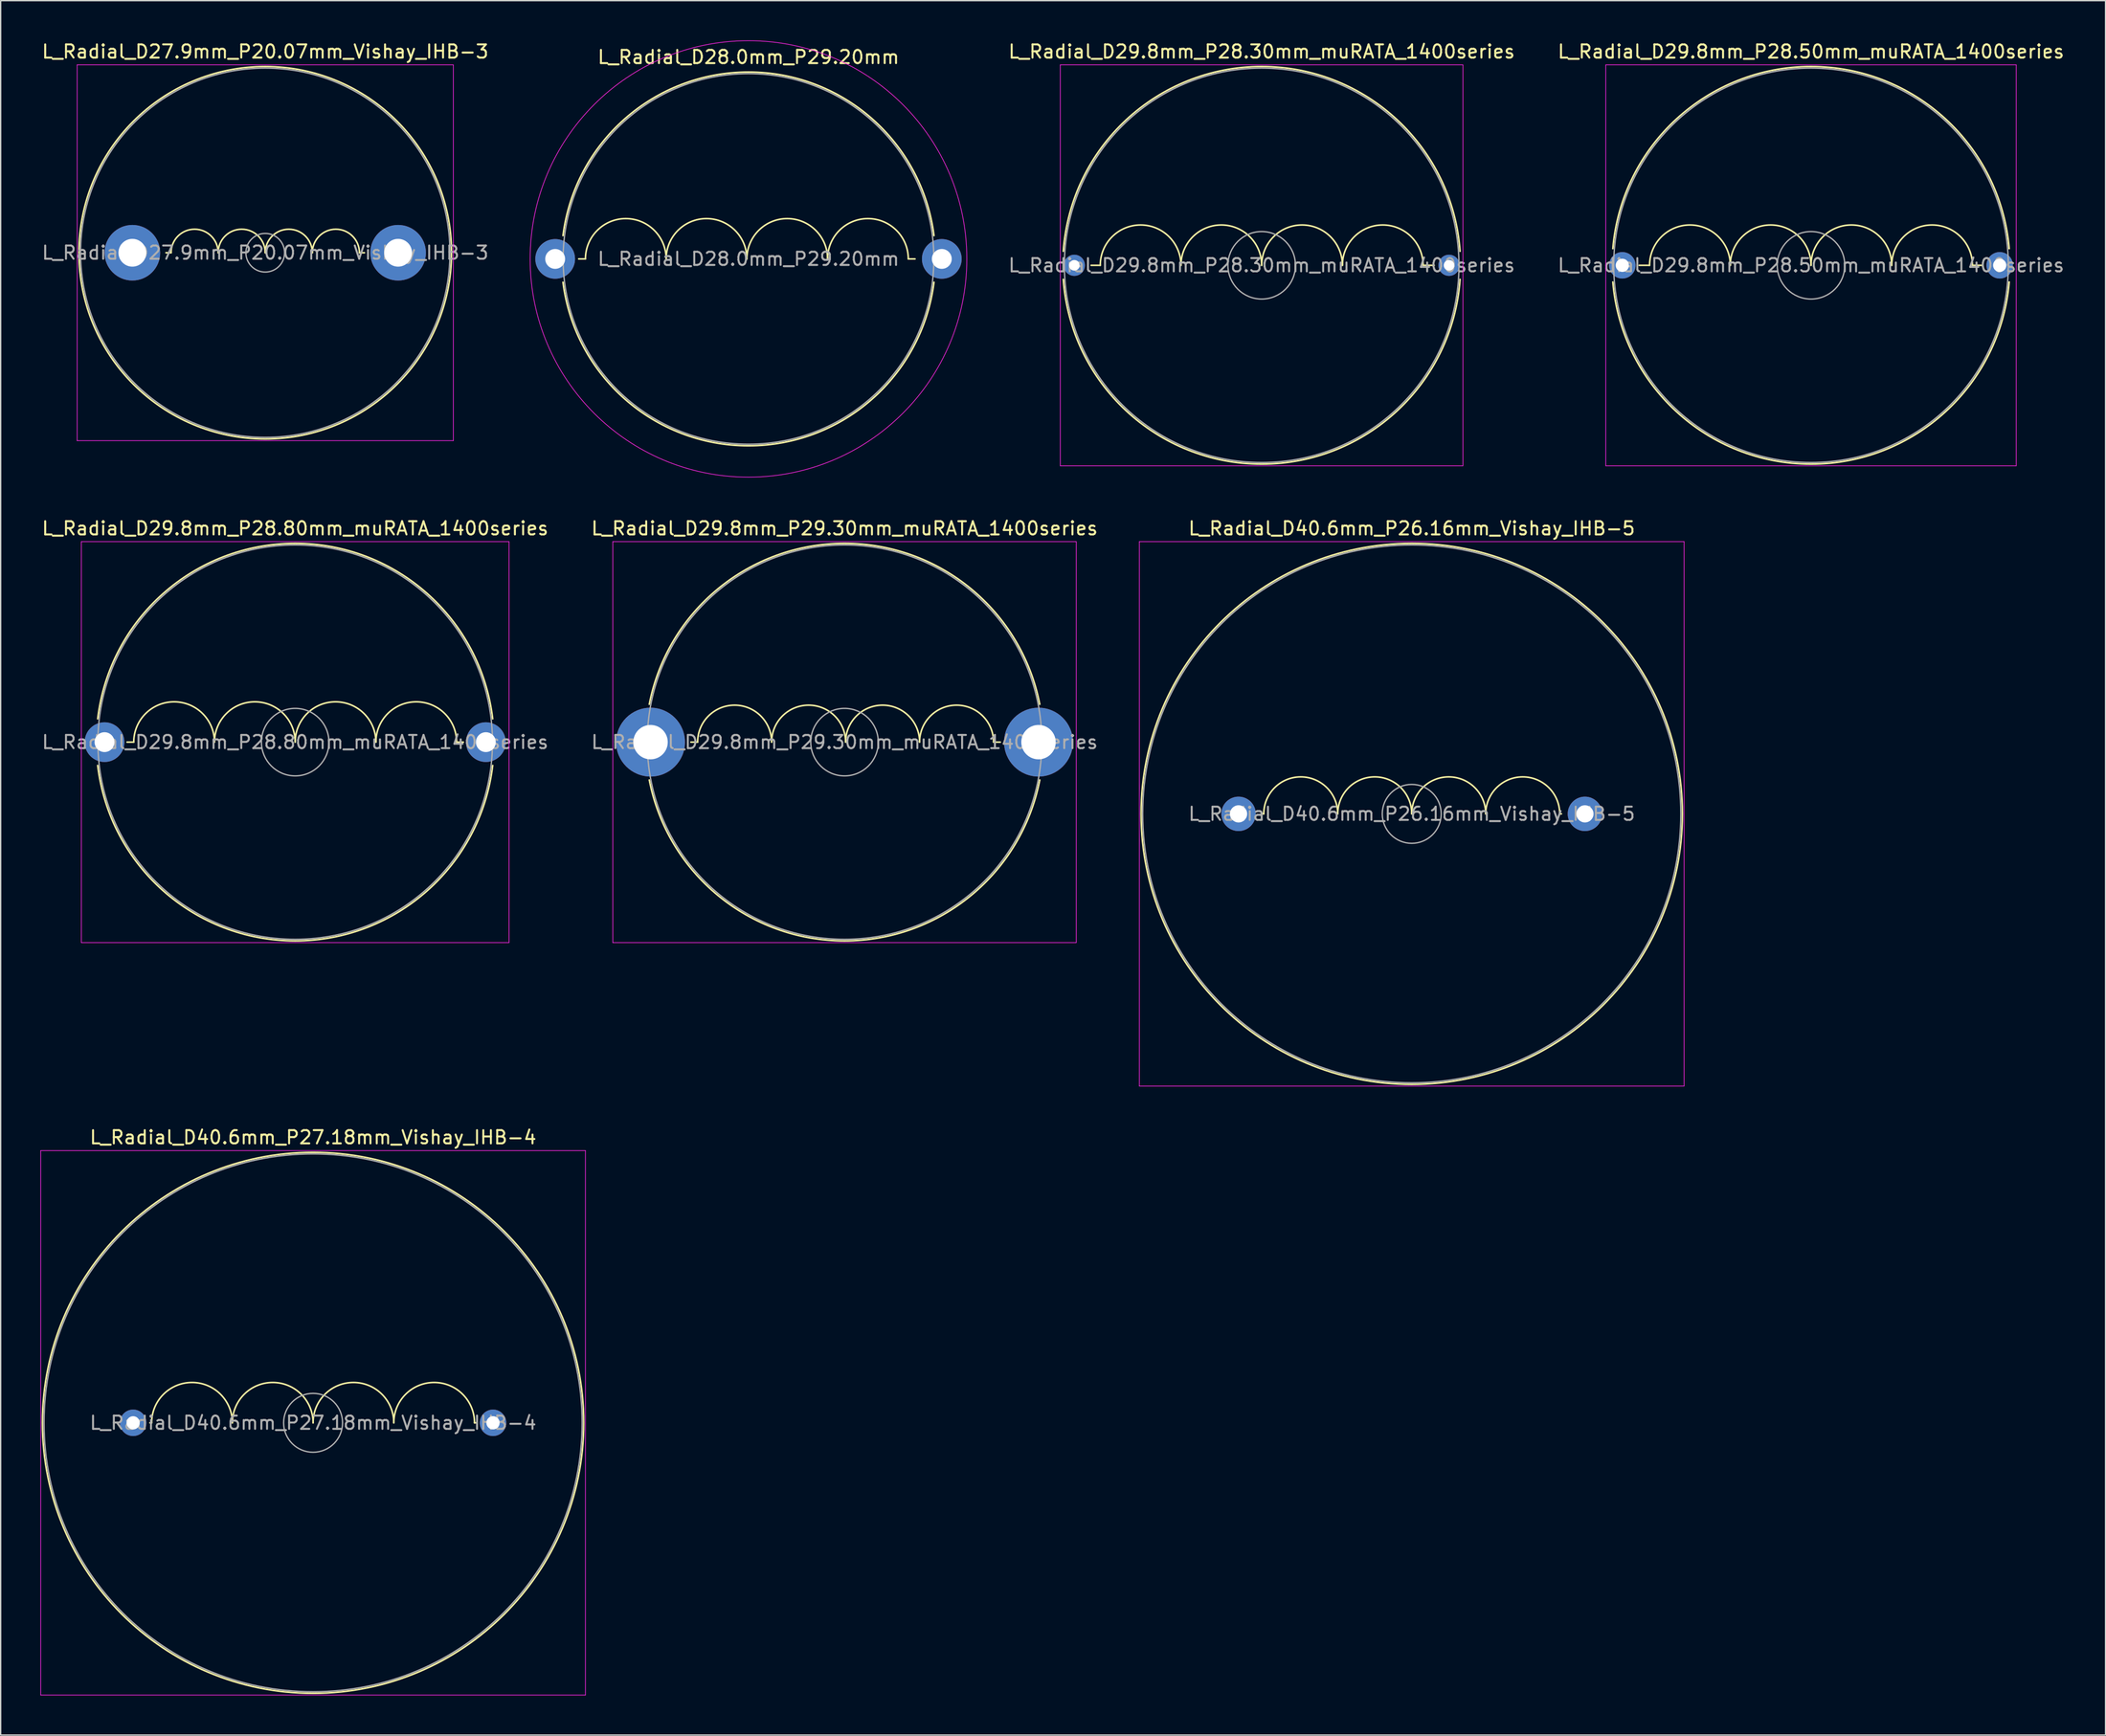
<source format=kicad_pcb>
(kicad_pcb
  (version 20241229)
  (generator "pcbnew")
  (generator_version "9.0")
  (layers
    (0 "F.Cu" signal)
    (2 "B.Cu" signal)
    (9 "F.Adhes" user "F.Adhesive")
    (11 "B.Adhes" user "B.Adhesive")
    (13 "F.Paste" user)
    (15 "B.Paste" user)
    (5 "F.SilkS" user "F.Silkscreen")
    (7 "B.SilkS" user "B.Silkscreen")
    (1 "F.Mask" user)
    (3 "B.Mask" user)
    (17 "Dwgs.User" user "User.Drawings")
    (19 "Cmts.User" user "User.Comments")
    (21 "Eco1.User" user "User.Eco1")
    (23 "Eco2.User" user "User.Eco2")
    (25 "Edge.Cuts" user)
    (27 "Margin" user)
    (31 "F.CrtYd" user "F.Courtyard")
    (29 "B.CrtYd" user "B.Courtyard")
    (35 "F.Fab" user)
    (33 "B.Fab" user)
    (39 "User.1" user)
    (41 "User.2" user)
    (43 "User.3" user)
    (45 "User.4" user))
  (footprint "L_Radial_D40.6mm_P26.16mm_Vishay_IHB-5"
    (layer "F.Cu")
    (at 90.491 58.448)
    (property "Reference" "L_Radial_D40.6mm_P26.16mm_Vishay_IHB-5" (at 13.08 -21.57 0) (layer "F.SilkS") (effects (font (size 1 1) (thickness 0.15))))
    (attr through_hole)
    (fp_line (start 1.904 0) (end 1.778 0) (stroke (width 0.12) (type solid)) (layer "F.SilkS"))
    (fp_line (start 24.256 0) (end 24.384 0) (stroke (width 0.12) (type solid)) (layer "F.SilkS"))
    (fp_arc (start 1.904 0) (mid 4.698 -2.794) (end 7.492 0) (stroke (width 0.12) (type solid)) (layer "F.SilkS"))
    (fp_arc (start 7.492 0) (mid 10.286 -2.794) (end 13.08 0) (stroke (width 0.12) (type solid)) (layer "F.SilkS"))
    (fp_arc (start 13.08 0) (mid 15.874 -2.794) (end 18.668 0) (stroke (width 0.12) (type solid)) (layer "F.SilkS"))
    (fp_arc (start 18.668 0) (mid 21.462 -2.794) (end 24.256 0) (stroke (width 0.12) (type solid)) (layer "F.SilkS"))
    (fp_circle (center 13.08 0) (end 33.52 0) (stroke (width 0.12) (type solid)) (fill no) (layer "F.SilkS"))
    (fp_line (start -7.49 -20.57) (end -7.49 20.57) (stroke (width 0.05) (type solid)) (layer "F.CrtYd"))
    (fp_line (start -7.49 20.57) (end 33.65 20.57) (stroke (width 0.05) (type solid)) (layer "F.CrtYd"))
    (fp_line (start 33.65 -20.57) (end -7.49 -20.57) (stroke (width 0.05) (type solid)) (layer "F.CrtYd"))
    (fp_line (start 33.65 20.57) (end 33.65 -20.57) (stroke (width 0.05) (type solid)) (layer "F.CrtYd"))
    (fp_circle (center 13.08 0) (end 15.305 0) (stroke (width 0.1) (type solid)) (fill no) (layer "F.Fab"))
    (fp_circle (center 13.08 0) (end 33.4 0) (stroke (width 0.1) (type solid)) (fill no) (layer "F.Fab"))
    (fp_text user "${REFERENCE}" (at 13.08 0 0) (layer "F.Fab") (effects (font (size 1 1) (thickness 0.15))))
    (pad "1" thru_hole circle (at 0 0) (size 2.6 2.6) (drill 1.3) (layers "*.Cu" "*.Mask"))
    (pad "2" thru_hole circle (at 26.16 0) (size 2.6 2.6) (drill 1.3) (layers "*.Cu" "*.Mask")))
  (footprint "L_Radial_D27.9mm_P20.07mm_Vishay_IHB-3"
    (layer "F.Cu")
    (at 6.947 16.048)
    (property "Reference" "L_Radial_D27.9mm_P20.07mm_Vishay_IHB-3" (at 10.035 -15.2 0) (layer "F.SilkS") (effects (font (size 1 1) (thickness 0.15))))
    (attr through_hole)
    (fp_line (start 2.923 0) (end 2.54 0) (stroke (width 0.12) (type solid)) (layer "F.SilkS"))
    (fp_line (start 17.147 0) (end 17.526 0) (stroke (width 0.12) (type solid)) (layer "F.SilkS"))
    (fp_arc (start 2.923 0) (mid 4.701 -1.778) (end 6.479 0) (stroke (width 0.12) (type solid)) (layer "F.SilkS"))
    (fp_arc (start 6.479 0) (mid 8.257 -1.778) (end 10.035 0) (stroke (width 0.12) (type solid)) (layer "F.SilkS"))
    (fp_arc (start 10.036 0) (mid 11.813 -1.777) (end 13.59 0) (stroke (width 0.12) (type solid)) (layer "F.SilkS"))
    (fp_arc (start 13.591 0) (mid 15.369 -1.778) (end 17.147 0) (stroke (width 0.12) (type solid)) (layer "F.SilkS"))
    (fp_circle (center 10.035 0) (end 24.105 0) (stroke (width 0.12) (type solid)) (fill no) (layer "F.SilkS"))
    (fp_line (start -4.17 -14.2) (end -4.17 14.2) (stroke (width 0.05) (type solid)) (layer "F.CrtYd"))
    (fp_line (start -4.17 14.2) (end 24.24 14.2) (stroke (width 0.05) (type solid)) (layer "F.CrtYd"))
    (fp_line (start 24.24 -14.2) (end -4.17 -14.2) (stroke (width 0.05) (type solid)) (layer "F.CrtYd"))
    (fp_line (start 24.24 14.2) (end 24.24 -14.2) (stroke (width 0.05) (type solid)) (layer "F.CrtYd"))
    (fp_circle (center 10.035 0) (end 11.495 0) (stroke (width 0.1) (type solid)) (fill no) (layer "F.Fab"))
    (fp_circle (center 10.035 0) (end 23.985 0) (stroke (width 0.1) (type solid)) (fill no) (layer "F.Fab"))
    (fp_text user "${REFERENCE}" (at 10.035 0 0) (layer "F.Fab") (effects (font (size 1 1) (thickness 0.15))))
    (pad "1" thru_hole circle (at 0 0) (size 4.2 4.2) (drill 2.1) (layers "*.Cu" "*.Mask"))
    (pad "2" thru_hole circle (at 20.07 0) (size 4.2 4.2) (drill 2.1) (layers "*.Cu" "*.Mask")))
  (footprint "L_Radial_D40.6mm_P27.18mm_Vishay_IHB-4"
    (layer "F.Cu")
    (at 7.005 104.462)
    (property "Reference" "L_Radial_D40.6mm_P27.18mm_Vishay_IHB-4" (at 13.59 -21.57 0) (layer "F.SilkS") (effects (font (size 1 1) (thickness 0.15))))
    (attr through_hole)
    (fp_line (start 1.398 0) (end 1.27 0) (stroke (width 0.12) (type solid)) (layer "F.SilkS"))
    (fp_line (start 25.782 0) (end 25.908 0) (stroke (width 0.12) (type solid)) (layer "F.SilkS"))
    (fp_arc (start 1.398 0) (mid 4.446 -3.048) (end 7.494 0) (stroke (width 0.12) (type solid)) (layer "F.SilkS"))
    (fp_arc (start 7.494 0) (mid 10.542 -3.048) (end 13.59 0) (stroke (width 0.12) (type solid)) (layer "F.SilkS"))
    (fp_arc (start 13.59 0) (mid 16.638 -3.048) (end 19.686 0) (stroke (width 0.12) (type solid)) (layer "F.SilkS"))
    (fp_arc (start 19.686 0) (mid 22.734 -3.048) (end 25.782 0) (stroke (width 0.12) (type solid)) (layer "F.SilkS"))
    (fp_circle (center 13.59 0) (end 34.03 0) (stroke (width 0.12) (type solid)) (fill no) (layer "F.SilkS"))
    (fp_line (start -6.98 -20.57) (end -6.98 20.57) (stroke (width 0.05) (type solid)) (layer "F.CrtYd"))
    (fp_line (start -6.98 20.57) (end 34.16 20.57) (stroke (width 0.05) (type solid)) (layer "F.CrtYd"))
    (fp_line (start 34.16 -20.57) (end -6.98 -20.57) (stroke (width 0.05) (type solid)) (layer "F.CrtYd"))
    (fp_line (start 34.16 20.57) (end 34.16 -20.57) (stroke (width 0.05) (type solid)) (layer "F.CrtYd"))
    (fp_circle (center 13.59 0) (end 15.815 0) (stroke (width 0.1) (type solid)) (fill no) (layer "F.Fab"))
    (fp_circle (center 13.59 0) (end 33.91 0) (stroke (width 0.1) (type solid)) (fill no) (layer "F.Fab"))
    (fp_text user "${REFERENCE}" (at 13.59 0 0) (layer "F.Fab") (effects (font (size 1 1) (thickness 0.15))))
    (pad "1" thru_hole circle (at 0 0) (size 2 2) (drill 1) (layers "*.Cu" "*.Mask"))
    (pad "2" thru_hole circle (at 27.18 0) (size 2 2) (drill 1) (layers "*.Cu" "*.Mask")))
  (footprint "L_Radial_D28.0mm_P29.20mm"
    (layer "F.Cu")
    (at 38.879 16.515)
    (property "Reference" "L_Radial_D28.0mm_P29.20mm" (at 14.6 -15.25 0) (layer "F.SilkS") (effects (font (size 1 1) (thickness 0.15))))
    (attr through_hole)
    (fp_line (start 2.286 0) (end 1.778 0) (stroke (width 0.12) (type solid)) (layer "F.SilkS"))
    (fp_line (start 26.67 0) (end 27.178 0) (stroke (width 0.12) (type solid)) (layer "F.SilkS"))
    (fp_arc (start 0.590118 -1.76) (mid 14.6 -14.12) (end 28.609882 -1.76) (stroke (width 0.12) (type solid)) (layer "F.SilkS"))
    (fp_arc (start 2.286 0) (mid 5.334 -3.048) (end 8.382 0) (stroke (width 0.12) (type solid)) (layer "F.SilkS"))
    (fp_arc (start 8.382 0) (mid 11.43 -3.048) (end 14.478 0) (stroke (width 0.12) (type solid)) (layer "F.SilkS"))
    (fp_arc (start 14.478 0) (mid 17.526 -3.048) (end 20.574 0) (stroke (width 0.12) (type solid)) (layer "F.SilkS"))
    (fp_arc (start 20.574 0) (mid 23.622 -3.048) (end 26.67 0) (stroke (width 0.12) (type solid)) (layer "F.SilkS"))
    (fp_arc (start 28.609882 1.76) (mid 14.6 14.12) (end 0.590118 1.76) (stroke (width 0.12) (type solid)) (layer "F.SilkS"))
    (fp_circle (center 14.6 0) (end 31.09 0) (stroke (width 0.05) (type solid)) (fill no) (layer "F.CrtYd"))
    (fp_circle (center 14.6 0) (end 28.6 0) (stroke (width 0.1) (type solid)) (fill no) (layer "F.Fab"))
    (fp_text user "${REFERENCE}" (at 14.6 0 0) (layer "F.Fab") (effects (font (size 1 1) (thickness 0.15))))
    (pad "1" thru_hole circle (at 0 0) (size 3 3) (drill 1.5) (layers "*.Cu" "*.Mask"))
    (pad "2" thru_hole circle (at 29.2 0) (size 3 3) (drill 1.5) (layers "*.Cu" "*.Mask")))
  (footprint "L_Radial_D29.8mm_P28.50mm_muRATA_1400series"
    (layer "F.Cu")
    (at 119.476 16.998)
    (property "Reference" "L_Radial_D29.8mm_P28.50mm_muRATA_1400series" (at 14.25 -16.15 0) (layer "F.SilkS") (effects (font (size 1 1) (thickness 0.15))))
    (attr through_hole)
    (fp_line (start 2.058 0) (end 1.27 0) (stroke (width 0.12) (type solid)) (layer "F.SilkS"))
    (fp_line (start 26.442 0) (end 27.178 0) (stroke (width 0.12) (type solid)) (layer "F.SilkS"))
    (fp_arc (start -0.717057 -1.26) (mid 14.25 -15.02) (end 29.217057 -1.26) (stroke (width 0.12) (type solid)) (layer "F.SilkS"))
    (fp_arc (start 2.058 0) (mid 5.106 -3.048) (end 8.154 0) (stroke (width 0.12) (type solid)) (layer "F.SilkS"))
    (fp_arc (start 8.154 0) (mid 11.202 -3.048) (end 14.25 0) (stroke (width 0.12) (type solid)) (layer "F.SilkS"))
    (fp_arc (start 14.25 0) (mid 17.298 -3.048) (end 20.346 0) (stroke (width 0.12) (type solid)) (layer "F.SilkS"))
    (fp_arc (start 20.346 0) (mid 23.394 -3.048) (end 26.442 0) (stroke (width 0.12) (type solid)) (layer "F.SilkS"))
    (fp_arc (start 29.217057 1.26) (mid 14.25 15.02) (end -0.717057 1.26) (stroke (width 0.12) (type solid)) (layer "F.SilkS"))
    (fp_line (start -1.25 -15.15) (end -1.25 15.15) (stroke (width 0.05) (type solid)) (layer "F.CrtYd"))
    (fp_line (start -1.25 15.15) (end 29.75 15.15) (stroke (width 0.05) (type solid)) (layer "F.CrtYd"))
    (fp_line (start 29.75 -15.15) (end -1.25 -15.15) (stroke (width 0.05) (type solid)) (layer "F.CrtYd"))
    (fp_line (start 29.75 15.15) (end 29.75 -15.15) (stroke (width 0.05) (type solid)) (layer "F.CrtYd"))
    (fp_circle (center 14.25 0) (end 16.8 0) (stroke (width 0.1) (type solid)) (fill no) (layer "F.Fab"))
    (fp_circle (center 14.25 0) (end 29.15 0) (stroke (width 0.1) (type solid)) (fill no) (layer "F.Fab"))
    (fp_text user "${REFERENCE}" (at 14.25 0 0) (layer "F.Fab") (effects (font (size 1 1) (thickness 0.15))))
    (pad "1" thru_hole circle (at 0 0) (size 2 2) (drill 1) (layers "*.Cu" "*.Mask"))
    (pad "2" thru_hole circle (at 28.5 0) (size 2 2) (drill 1) (layers "*.Cu" "*.Mask")))
  (footprint "L_Radial_D29.8mm_P28.80mm_muRATA_1400series"
    (layer "F.Cu")
    (at 4.844 53.028)
    (property "Reference" "L_Radial_D29.8mm_P28.80mm_muRATA_1400series" (at 14.4 -16.15 0) (layer "F.SilkS") (effects (font (size 1 1) (thickness 0.15))))
    (attr through_hole)
    (fp_line (start 2.208 0) (end 1.7 0) (stroke (width 0.12) (type solid)) (layer "F.SilkS"))
    (fp_line (start 26.592 0) (end 27.1 0) (stroke (width 0.12) (type solid)) (layer "F.SilkS"))
    (fp_arc (start -0.516528 -1.76) (mid 14.4 -15.02) (end 29.316528 -1.76) (stroke (width 0.12) (type solid)) (layer "F.SilkS"))
    (fp_arc (start 2.208 0) (mid 5.256 -3.048) (end 8.304 0) (stroke (width 0.12) (type solid)) (layer "F.SilkS"))
    (fp_arc (start 8.304 0) (mid 11.352 -3.048) (end 14.4 0) (stroke (width 0.12) (type solid)) (layer "F.SilkS"))
    (fp_arc (start 14.4 0) (mid 17.448 -3.048) (end 20.496 0) (stroke (width 0.12) (type solid)) (layer "F.SilkS"))
    (fp_arc (start 20.496 0) (mid 23.544 -3.048) (end 26.592 0) (stroke (width 0.12) (type solid)) (layer "F.SilkS"))
    (fp_arc (start 29.316528 1.76) (mid 14.4 15.02) (end -0.516528 1.76) (stroke (width 0.12) (type solid)) (layer "F.SilkS"))
    (fp_line (start -1.75 -15.15) (end -1.75 15.15) (stroke (width 0.05) (type solid)) (layer "F.CrtYd"))
    (fp_line (start -1.75 15.15) (end 30.55 15.15) (stroke (width 0.05) (type solid)) (layer "F.CrtYd"))
    (fp_line (start 30.55 -15.15) (end -1.75 -15.15) (stroke (width 0.05) (type solid)) (layer "F.CrtYd"))
    (fp_line (start 30.55 15.15) (end 30.55 -15.15) (stroke (width 0.05) (type solid)) (layer "F.CrtYd"))
    (fp_circle (center 14.4 0) (end 16.95 0) (stroke (width 0.1) (type solid)) (fill no) (layer "F.Fab"))
    (fp_circle (center 14.4 0) (end 29.3 0) (stroke (width 0.1) (type solid)) (fill no) (layer "F.Fab"))
    (fp_text user "${REFERENCE}" (at 14.4 0 0) (layer "F.Fab") (effects (font (size 1 1) (thickness 0.15))))
    (pad "1" thru_hole circle (at 0 0) (size 3 3) (drill 1.5) (layers "*.Cu" "*.Mask"))
    (pad "2" thru_hole circle (at 28.8 0) (size 3 3) (drill 1.5) (layers "*.Cu" "*.Mask")))
  (footprint "L_Radial_D29.8mm_P28.30mm_muRATA_1400series"
    (layer "F.Cu")
    (at 78.088 16.998)
    (property "Reference" "L_Radial_D29.8mm_P28.30mm_muRATA_1400series" (at 14.15 -16.15 0) (layer "F.SilkS") (effects (font (size 1 1) (thickness 0.15))))
    (attr through_hole)
    (fp_line (start 1.958 0) (end 1.27 0) (stroke (width 0.12) (type solid)) (layer "F.SilkS"))
    (fp_line (start 26.342 0) (end 27.178 0) (stroke (width 0.12) (type solid)) (layer "F.SilkS"))
    (fp_arc (start -0.83255 -1.06) (mid 14.15 -15.02) (end 29.13255 -1.06) (stroke (width 0.12) (type solid)) (layer "F.SilkS"))
    (fp_arc (start 1.958 0) (mid 5.006 -3.048) (end 8.054 0) (stroke (width 0.12) (type solid)) (layer "F.SilkS"))
    (fp_arc (start 8.054 0) (mid 11.102 -3.048) (end 14.15 0) (stroke (width 0.12) (type solid)) (layer "F.SilkS"))
    (fp_arc (start 14.15 0) (mid 17.198 -3.048) (end 20.246 0) (stroke (width 0.12) (type solid)) (layer "F.SilkS"))
    (fp_arc (start 20.246 0) (mid 23.294 -3.048) (end 26.342 0) (stroke (width 0.12) (type solid)) (layer "F.SilkS"))
    (fp_arc (start 29.13255 1.06) (mid 14.15 15.02) (end -0.83255 1.06) (stroke (width 0.12) (type solid)) (layer "F.SilkS"))
    (fp_line (start -1.06 -15.15) (end -1.06 15.15) (stroke (width 0.05) (type solid)) (layer "F.CrtYd"))
    (fp_line (start -1.06 15.15) (end 29.35 15.15) (stroke (width 0.05) (type solid)) (layer "F.CrtYd"))
    (fp_line (start 29.35 -15.15) (end -1.06 -15.15) (stroke (width 0.05) (type solid)) (layer "F.CrtYd"))
    (fp_line (start 29.35 15.15) (end 29.35 -15.15) (stroke (width 0.05) (type solid)) (layer "F.CrtYd"))
    (fp_circle (center 14.15 0) (end 16.7 0) (stroke (width 0.1) (type solid)) (fill no) (layer "F.Fab"))
    (fp_circle (center 14.15 0) (end 29.05 0) (stroke (width 0.1) (type solid)) (fill no) (layer "F.Fab"))
    (fp_text user "${REFERENCE}" (at 14.15 0 0) (layer "F.Fab") (effects (font (size 1 1) (thickness 0.15))))
    (pad "1" thru_hole circle (at 0 0) (size 1.6 1.6) (drill 0.8) (layers "*.Cu" "*.Mask"))
    (pad "2" thru_hole circle (at 28.3 0) (size 1.6 1.6) (drill 0.8) (layers "*.Cu" "*.Mask")))
  (footprint "L_Radial_D29.8mm_P29.30mm_muRATA_1400series"
    (layer "F.Cu")
    (at 46.082 53.028)
    (property "Reference" "L_Radial_D29.8mm_P29.30mm_muRATA_1400series" (at 14.65 -16.15 0) (layer "F.SilkS") (effects (font (size 1 1) (thickness 0.15))))
    (attr through_hole)
    (fp_line (start 3.556 0) (end 3.048 0) (stroke (width 0.12) (type solid)) (layer "F.SilkS"))
    (fp_line (start 25.908 0) (end 26.416 0) (stroke (width 0.12) (type solid)) (layer "F.SilkS"))
    (fp_arc (start -0.095196 -2.86) (mid 14.65 -15.02) (end 29.395196 -2.86) (stroke (width 0.12) (type solid)) (layer "F.SilkS"))
    (fp_arc (start 3.556 0) (mid 6.35 -2.794) (end 9.144 0) (stroke (width 0.12) (type solid)) (layer "F.SilkS"))
    (fp_arc (start 9.144 0) (mid 11.938 -2.794) (end 14.732 0) (stroke (width 0.12) (type solid)) (layer "F.SilkS"))
    (fp_arc (start 14.732 0) (mid 17.526 -2.794) (end 20.32 0) (stroke (width 0.12) (type solid)) (layer "F.SilkS"))
    (fp_arc (start 20.32 0) (mid 23.114 -2.794) (end 25.908 0) (stroke (width 0.12) (type solid)) (layer "F.SilkS"))
    (fp_arc (start 29.395196 2.86) (mid 14.65 15.02) (end -0.095196 2.86) (stroke (width 0.12) (type solid)) (layer "F.SilkS"))
    (fp_line (start -2.85 -15.15) (end -2.85 15.15) (stroke (width 0.05) (type solid)) (layer "F.CrtYd"))
    (fp_line (start -2.85 15.15) (end 32.15 15.15) (stroke (width 0.05) (type solid)) (layer "F.CrtYd"))
    (fp_line (start 32.15 -15.15) (end -2.85 -15.15) (stroke (width 0.05) (type solid)) (layer "F.CrtYd"))
    (fp_line (start 32.15 15.15) (end 32.15 -15.15) (stroke (width 0.05) (type solid)) (layer "F.CrtYd"))
    (fp_circle (center 14.65 0) (end 17.2 0) (stroke (width 0.1) (type solid)) (fill no) (layer "F.Fab"))
    (fp_circle (center 14.65 0) (end 29.55 0) (stroke (width 0.1) (type solid)) (fill no) (layer "F.Fab"))
    (fp_text user "${REFERENCE}" (at 14.65 0 0) (layer "F.Fab") (effects (font (size 1 1) (thickness 0.15))))
    (pad "1" thru_hole circle (at 0 0) (size 5.2 5.2) (drill 2.6) (layers "*.Cu" "*.Mask"))
    (pad "2" thru_hole circle (at 29.3 0) (size 5.2 5.2) (drill 2.6) (layers "*.Cu" "*.Mask")))
  (gr_rect
    (start -3 -3)
    (end 155.97 128.056)
    (stroke (width 0.1) (type default))
    (fill no)
    (layer "Edge.Cuts")))
</source>
